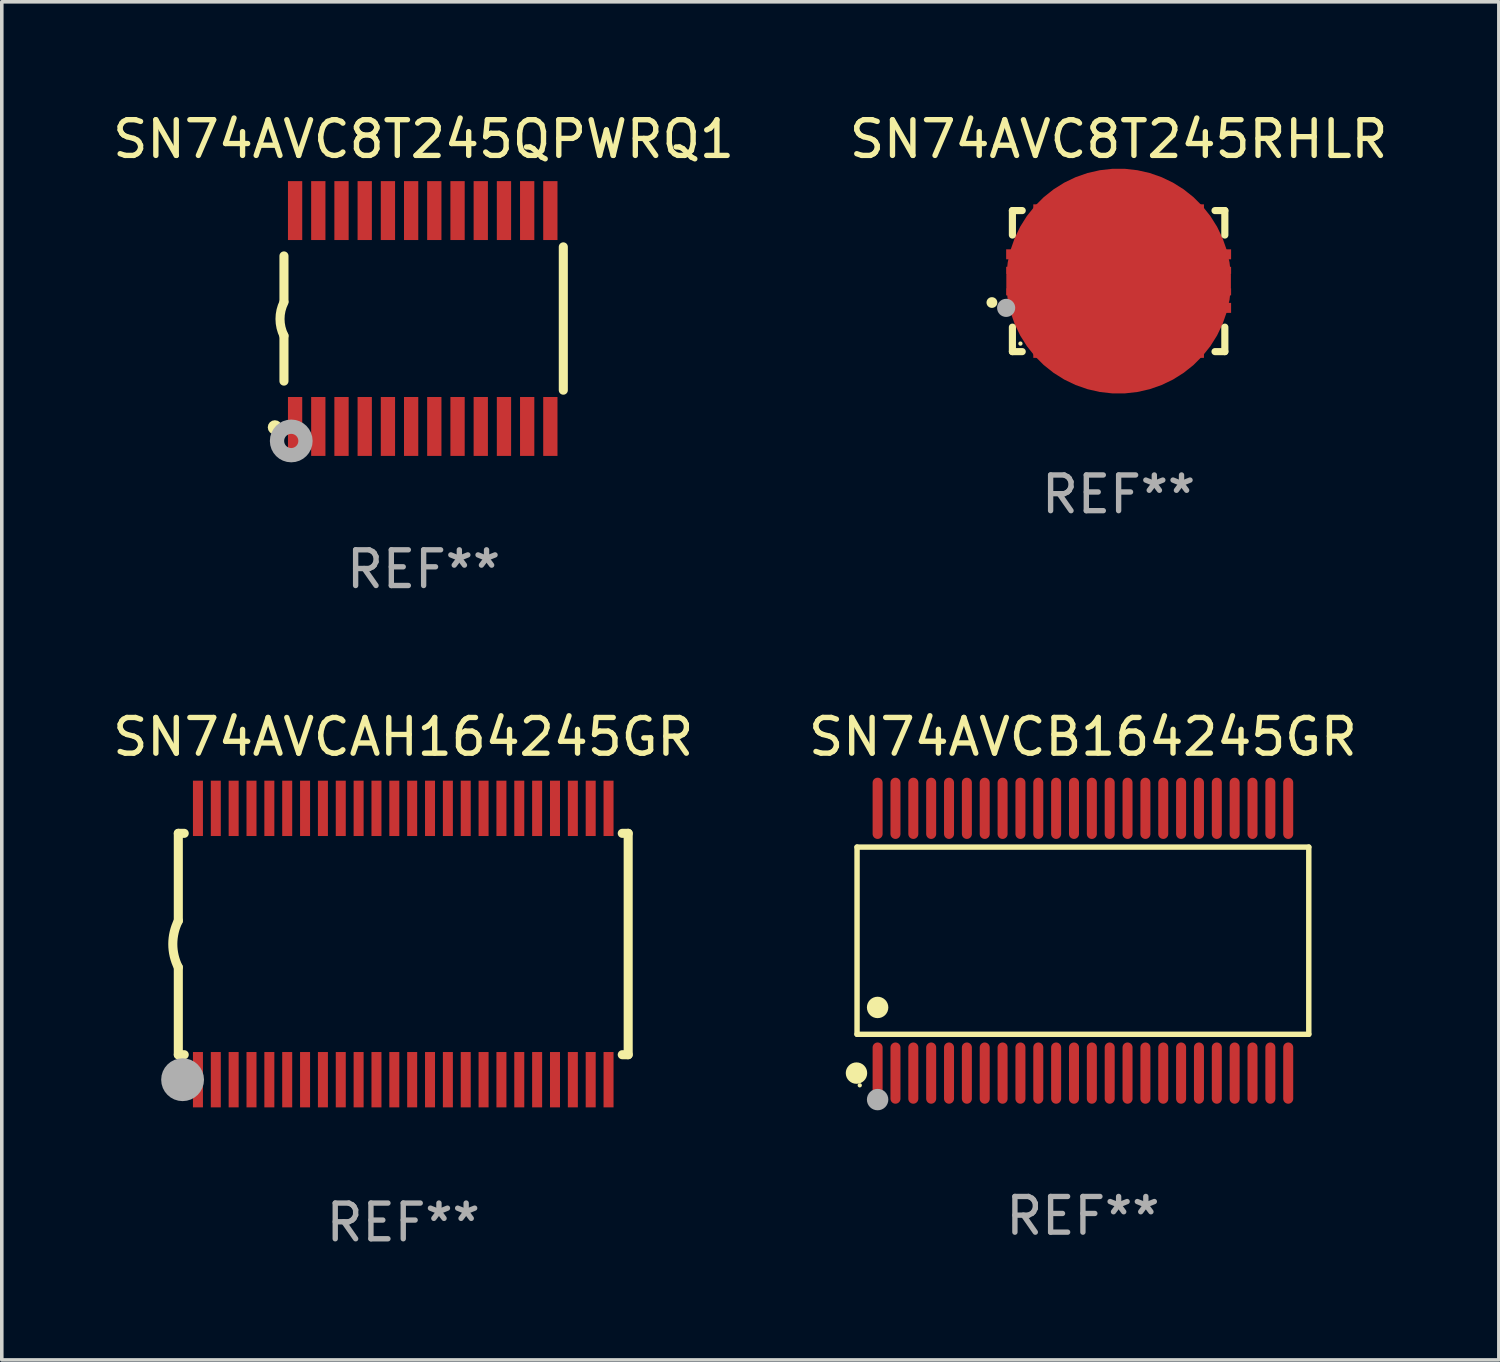
<source format=kicad_pcb>
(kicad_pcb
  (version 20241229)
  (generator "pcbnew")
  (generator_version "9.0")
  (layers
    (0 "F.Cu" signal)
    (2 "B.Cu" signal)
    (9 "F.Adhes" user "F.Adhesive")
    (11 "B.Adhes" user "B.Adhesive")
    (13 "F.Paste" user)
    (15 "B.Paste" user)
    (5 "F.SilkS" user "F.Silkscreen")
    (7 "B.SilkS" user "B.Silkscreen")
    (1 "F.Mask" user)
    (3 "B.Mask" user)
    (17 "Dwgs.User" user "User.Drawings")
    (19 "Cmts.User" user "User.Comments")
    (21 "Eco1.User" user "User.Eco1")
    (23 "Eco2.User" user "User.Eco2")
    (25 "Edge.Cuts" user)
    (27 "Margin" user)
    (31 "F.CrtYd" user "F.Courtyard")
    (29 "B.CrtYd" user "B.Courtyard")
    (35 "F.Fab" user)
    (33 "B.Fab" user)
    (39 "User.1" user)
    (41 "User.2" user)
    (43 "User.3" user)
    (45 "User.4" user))
  (footprint "SN74AVC8T245RHLR"
    (layer "F.Cu")
    (at 28.28 4.823)
    (property "Reference" "SN74AVC8T245RHLR" (at 0 -3.975 0) (layer "F.SilkS") (effects (font (size 1 1) (thickness 0.15))))
    (attr through_hole)
    (fp_line (start -2.975 -1.975) (end -2.975 -1.29) (stroke (width 0.2) (type solid)) (layer "F.SilkS"))
    (fp_line (start -2.975 1.975) (end -2.975 1.29) (stroke (width 0.2) (type solid)) (layer "F.SilkS"))
    (fp_line (start -2.7 -1.975) (end -2.975 -1.975) (stroke (width 0.2) (type solid)) (layer "F.SilkS"))
    (fp_line (start -2.7 1.975) (end -2.975 1.975) (stroke (width 0.2) (type solid)) (layer "F.SilkS"))
    (fp_line (start 2.975 -1.975) (end 2.7 -1.975) (stroke (width 0.2) (type solid)) (layer "F.SilkS"))
    (fp_line (start 2.975 -1.29) (end 2.975 -1.975) (stroke (width 0.2) (type solid)) (layer "F.SilkS"))
    (fp_line (start 2.975 1.29) (end 2.975 1.975) (stroke (width 0.2) (type solid)) (layer "F.SilkS"))
    (fp_line (start 2.975 1.975) (end 2.7 1.975) (stroke (width 0.2) (type solid)) (layer "F.SilkS"))
    (fp_arc (start -3.549987 0.6) (mid -3.548717 0.599995) (end -3.547447 0.6) (stroke (width 0.3) (type solid)) (layer "F.SilkS"))
    (fp_circle (center -2.75 1.75) (end -2.72 1.75) (stroke (width 0.06) (type solid)) (fill no) (layer "F.SilkS"))
    (fp_circle (center -3.15 0.75) (end -3.023 0.75) (stroke (width 0.254) (type solid)) (fill no) (layer "F.Fab"))
    (fp_text user "REF**" (at 0 5.975 0) (layer "F.Fab") (effects (font (size 1 1) (thickness 0.15))))
    (pad "1" smd rect (at -2.725 0.75 90) (size 0.28 0.85) (layers "F.Cu" "F.Mask" "F.Paste"))
    (pad "2" smd rect (at -2.25 1.725) (size 0.28 0.85) (layers "F.Cu" "F.Mask" "F.Paste"))
    (pad "3" smd rect (at -1.75 1.725) (size 0.28 0.85) (layers "F.Cu" "F.Mask" "F.Paste"))
    (pad "4" smd rect (at -1.25 1.725) (size 0.28 0.85) (layers "F.Cu" "F.Mask" "F.Paste"))
    (pad "5" smd rect (at -0.75 1.725) (size 0.28 0.85) (layers "F.Cu" "F.Mask" "F.Paste"))
    (pad "6" smd rect (at -0.25 1.725) (size 0.28 0.85) (layers "F.Cu" "F.Mask" "F.Paste"))
    (pad "7" smd rect (at 0.25 1.725) (size 0.28 0.85) (layers "F.Cu" "F.Mask" "F.Paste"))
    (pad "8" smd rect (at 0.75 1.725) (size 0.28 0.85) (layers "F.Cu" "F.Mask" "F.Paste"))
    (pad "9" smd rect (at 1.25 1.725) (size 0.28 0.85) (layers "F.Cu" "F.Mask" "F.Paste"))
    (pad "10" smd rect (at 1.75 1.725) (size 0.28 0.85) (layers "F.Cu" "F.Mask" "F.Paste"))
    (pad "11" smd rect (at 2.25 1.725) (size 0.28 0.85) (layers "F.Cu" "F.Mask" "F.Paste"))
    (pad "12" smd rect (at 2.725 0.75 90) (size 0.28 0.85) (layers "F.Cu" "F.Mask" "F.Paste"))
    (pad "13" smd rect (at 2.725 -0.75 90) (size 0.28 0.85) (layers "F.Cu" "F.Mask" "F.Paste"))
    (pad "14" smd rect (at 2.25 -1.725) (size 0.28 0.85) (layers "F.Cu" "F.Mask" "F.Paste"))
    (pad "15" smd rect (at 1.75 -1.725) (size 0.28 0.85) (layers "F.Cu" "F.Mask" "F.Paste"))
    (pad "16" smd rect (at 1.25 -1.725) (size 0.28 0.85) (layers "F.Cu" "F.Mask" "F.Paste"))
    (pad "17" smd rect (at 0.75 -1.725) (size 0.28 0.85) (layers "F.Cu" "F.Mask" "F.Paste"))
    (pad "18" smd rect (at 0.25 -1.725) (size 0.28 0.85) (layers "F.Cu" "F.Mask" "F.Paste"))
    (pad "19" smd rect (at -0.25 -1.725) (size 0.28 0.85) (layers "F.Cu" "F.Mask" "F.Paste"))
    (pad "20" smd rect (at -0.75 -1.725) (size 0.28 0.85) (layers "F.Cu" "F.Mask" "F.Paste"))
    (pad "21" smd rect (at -1.25 -1.725) (size 0.28 0.85) (layers "F.Cu" "F.Mask" "F.Paste"))
    (pad "22" smd rect (at -1.75 -1.725) (size 0.28 0.85) (layers "F.Cu" "F.Mask" "F.Paste"))
    (pad "23" smd rect (at -2.25 -1.725) (size 0.28 0.85) (layers "F.Cu" "F.Mask" "F.Paste"))
    (pad "24" smd rect (at -2.725 -0.75 90) (size 0.28 0.85) (layers "F.Cu" "F.Mask" "F.Paste"))
    (pad "25" smd custom (at 0 0) (size 6.3 2) (layers "F.Cu" "F.Mask" "F.Paste") (options (anchor circle)) (primitives (gr_poly (pts (xy -3.15 -0.4) (xy -3.15 -0.2) (xy -2.4 -0.2) (xy -2.4 0.2) (xy -3.15 0.2) (xy -3.15 0.4) (xy -2 0.4) (xy -2 1) (xy 2 1) (xy 2 0.4) (xy 3.15 0.4) (xy 3.15 0.2) (xy 2.4 0.2) (xy 2.4 -0.2) (xy 3.15 -0.2) (xy 3.15 -0.4) (xy 2 -0.4) (xy 2 -1) (xy -2 -1) (xy -2 -0.4)) (width 0) (fill yes)))))
  (footprint "SN74AVCAH164245GR"
    (layer "F.Cu")
    (at 8.244 23.39)
    (property "Reference" "SN74AVCAH164245GR" (at 0 -5.8 0) (layer "F.SilkS") (effects (font (size 1 1) (thickness 0.15))))
    (attr through_hole)
    (fp_line (start -6.3 -3.1) (end -6.3 -0.65) (stroke (width 0.254) (type solid)) (layer "F.SilkS"))
    (fp_line (start -6.3 -3.1) (end -6.134 -3.1) (stroke (width 0.254) (type solid)) (layer "F.SilkS"))
    (fp_line (start -6.3 3.1) (end -6.3 0.65) (stroke (width 0.254) (type solid)) (layer "F.SilkS"))
    (fp_line (start -6.3 3.1) (end -6.134 3.1) (stroke (width 0.254) (type solid)) (layer "F.SilkS"))
    (fp_line (start 6.134 -3.1) (end 6.3 -3.1) (stroke (width 0.254) (type solid)) (layer "F.SilkS"))
    (fp_line (start 6.134 3.1) (end 6.3 3.1) (stroke (width 0.254) (type solid)) (layer "F.SilkS"))
    (fp_line (start 6.3 -3.1) (end 6.3 3.1) (stroke (width 0.254) (type solid)) (layer "F.SilkS"))
    (fp_arc (start -6.301016 0.650114) (mid -6.45413 -0.000082) (end -6.3 -0.650038) (stroke (width 0.254001) (type solid)) (layer "F.SilkS"))
    (fp_circle (center -6.35 3.81) (end -6.223 3.81) (stroke (width 0.254) (type solid)) (fill no) (layer "F.SilkS"))
    (fp_circle (center -6.25 4.05) (end -6.22 4.05) (stroke (width 0.06) (type solid)) (fill no) (layer "F.SilkS"))
    (fp_circle (center -6.18 3.8) (end -5.88 3.8) (stroke (width 0.6) (type solid)) (fill no) (layer "F.Fab"))
    (fp_text user "REF**" (at 0 7.8 0) (layer "F.Fab") (effects (font (size 1 1) (thickness 0.15))))
    (pad "1" smd rect (at -5.75 3.8) (size 0.28 1.55) (layers "F.Cu" "F.Mask" "F.Paste"))
    (pad "2" smd rect (at -5.25 3.8) (size 0.28 1.55) (layers "F.Cu" "F.Mask" "F.Paste"))
    (pad "3" smd rect (at -4.75 3.8) (size 0.28 1.55) (layers "F.Cu" "F.Mask" "F.Paste"))
    (pad "4" smd rect (at -4.25 3.8) (size 0.28 1.55) (layers "F.Cu" "F.Mask" "F.Paste"))
    (pad "5" smd rect (at -3.75 3.8) (size 0.28 1.55) (layers "F.Cu" "F.Mask" "F.Paste"))
    (pad "6" smd rect (at -3.25 3.8) (size 0.28 1.55) (layers "F.Cu" "F.Mask" "F.Paste"))
    (pad "7" smd rect (at -2.75 3.8) (size 0.28 1.55) (layers "F.Cu" "F.Mask" "F.Paste"))
    (pad "8" smd rect (at -2.25 3.8) (size 0.28 1.55) (layers "F.Cu" "F.Mask" "F.Paste"))
    (pad "9" smd rect (at -1.75 3.8) (size 0.28 1.55) (layers "F.Cu" "F.Mask" "F.Paste"))
    (pad "10" smd rect (at -1.25 3.8) (size 0.28 1.55) (layers "F.Cu" "F.Mask" "F.Paste"))
    (pad "11" smd rect (at -0.75 3.8) (size 0.28 1.55) (layers "F.Cu" "F.Mask" "F.Paste"))
    (pad "12" smd rect (at -0.25 3.8) (size 0.28 1.55) (layers "F.Cu" "F.Mask" "F.Paste"))
    (pad "13" smd rect (at 0.25 3.8) (size 0.28 1.55) (layers "F.Cu" "F.Mask" "F.Paste"))
    (pad "14" smd rect (at 0.75 3.8) (size 0.28 1.55) (layers "F.Cu" "F.Mask" "F.Paste"))
    (pad "15" smd rect (at 1.25 3.8) (size 0.28 1.55) (layers "F.Cu" "F.Mask" "F.Paste"))
    (pad "16" smd rect (at 1.75 3.8) (size 0.28 1.55) (layers "F.Cu" "F.Mask" "F.Paste"))
    (pad "17" smd rect (at 2.25 3.8) (size 0.28 1.55) (layers "F.Cu" "F.Mask" "F.Paste"))
    (pad "18" smd rect (at 2.75 3.8) (size 0.28 1.55) (layers "F.Cu" "F.Mask" "F.Paste"))
    (pad "19" smd rect (at 3.25 3.8) (size 0.28 1.55) (layers "F.Cu" "F.Mask" "F.Paste"))
    (pad "20" smd rect (at 3.75 3.8) (size 0.28 1.55) (layers "F.Cu" "F.Mask" "F.Paste"))
    (pad "21" smd rect (at 4.25 3.8) (size 0.28 1.55) (layers "F.Cu" "F.Mask" "F.Paste"))
    (pad "22" smd rect (at 4.75 3.8) (size 0.28 1.55) (layers "F.Cu" "F.Mask" "F.Paste"))
    (pad "23" smd rect (at 5.25 3.8) (size 0.28 1.55) (layers "F.Cu" "F.Mask" "F.Paste"))
    (pad "24" smd rect (at 5.75 3.8) (size 0.28 1.55) (layers "F.Cu" "F.Mask" "F.Paste"))
    (pad "25" smd rect (at 5.75 -3.8) (size 0.28 1.55) (layers "F.Cu" "F.Mask" "F.Paste"))
    (pad "26" smd rect (at 5.25 -3.8) (size 0.28 1.55) (layers "F.Cu" "F.Mask" "F.Paste"))
    (pad "27" smd rect (at 4.75 -3.8) (size 0.28 1.55) (layers "F.Cu" "F.Mask" "F.Paste"))
    (pad "28" smd rect (at 4.25 -3.8) (size 0.28 1.55) (layers "F.Cu" "F.Mask" "F.Paste"))
    (pad "29" smd rect (at 3.75 -3.8) (size 0.28 1.55) (layers "F.Cu" "F.Mask" "F.Paste"))
    (pad "30" smd rect (at 3.25 -3.8) (size 0.28 1.55) (layers "F.Cu" "F.Mask" "F.Paste"))
    (pad "31" smd rect (at 2.75 -3.8) (size 0.28 1.55) (layers "F.Cu" "F.Mask" "F.Paste"))
    (pad "32" smd rect (at 2.25 -3.8) (size 0.28 1.55) (layers "F.Cu" "F.Mask" "F.Paste"))
    (pad "33" smd rect (at 1.75 -3.8) (size 0.28 1.55) (layers "F.Cu" "F.Mask" "F.Paste"))
    (pad "34" smd rect (at 1.25 -3.8) (size 0.28 1.55) (layers "F.Cu" "F.Mask" "F.Paste"))
    (pad "35" smd rect (at 0.75 -3.8) (size 0.28 1.55) (layers "F.Cu" "F.Mask" "F.Paste"))
    (pad "36" smd rect (at 0.25 -3.8) (size 0.28 1.55) (layers "F.Cu" "F.Mask" "F.Paste"))
    (pad "37" smd rect (at -0.25 -3.8) (size 0.28 1.55) (layers "F.Cu" "F.Mask" "F.Paste"))
    (pad "38" smd rect (at -0.75 -3.8) (size 0.28 1.55) (layers "F.Cu" "F.Mask" "F.Paste"))
    (pad "39" smd rect (at -1.25 -3.8) (size 0.28 1.55) (layers "F.Cu" "F.Mask" "F.Paste"))
    (pad "40" smd rect (at -1.75 -3.8) (size 0.28 1.55) (layers "F.Cu" "F.Mask" "F.Paste"))
    (pad "41" smd rect (at -2.25 -3.8) (size 0.28 1.55) (layers "F.Cu" "F.Mask" "F.Paste"))
    (pad "42" smd rect (at -2.75 -3.8) (size 0.28 1.55) (layers "F.Cu" "F.Mask" "F.Paste"))
    (pad "43" smd rect (at -3.25 -3.8) (size 0.28 1.55) (layers "F.Cu" "F.Mask" "F.Paste"))
    (pad "44" smd rect (at -3.75 -3.8) (size 0.28 1.55) (layers "F.Cu" "F.Mask" "F.Paste"))
    (pad "45" smd rect (at -4.25 -3.8) (size 0.28 1.55) (layers "F.Cu" "F.Mask" "F.Paste"))
    (pad "46" smd rect (at -4.75 -3.8) (size 0.28 1.55) (layers "F.Cu" "F.Mask" "F.Paste"))
    (pad "47" smd rect (at -5.25 -3.8) (size 0.28 1.55) (layers "F.Cu" "F.Mask" "F.Paste"))
    (pad "48" smd rect (at -5.75 -3.8) (size 0.28 1.55) (layers "F.Cu" "F.Mask" "F.Paste")))
  (footprint "SN74AVCB164245GR"
    (layer "F.Cu")
    (at 27.28 23.297)
    (property "Reference" "SN74AVCB164245GR" (at 0 -5.708 0) (layer "F.SilkS") (effects (font (size 1 1) (thickness 0.15))))
    (attr through_hole)
    (fp_line (start -6.326 -2.622) (end 6.326 -2.622) (stroke (width 0.152) (type solid)) (layer "F.SilkS"))
    (fp_line (start -6.326 2.621) (end -6.326 -2.622) (stroke (width 0.152) (type solid)) (layer "F.SilkS"))
    (fp_line (start 6.326 -2.622) (end 6.326 2.621) (stroke (width 0.152) (type solid)) (layer "F.SilkS"))
    (fp_line (start 6.326 2.621) (end -6.326 2.621) (stroke (width 0.152) (type solid)) (layer "F.SilkS"))
    (fp_circle (center -6.342 3.708) (end -6.192 3.708) (stroke (width 0.3) (type solid)) (fill no) (layer "F.SilkS"))
    (fp_circle (center -6.25 4.05) (end -6.22 4.05) (stroke (width 0.06) (type solid)) (fill no) (layer "F.SilkS"))
    (fp_circle (center -5.75 1.869) (end -5.6 1.869) (stroke (width 0.3) (type solid)) (fill no) (layer "F.SilkS"))
    (fp_circle (center -5.75 4.45) (end -5.6 4.45) (stroke (width 0.3) (type solid)) (fill no) (layer "F.Fab"))
    (fp_text user "REF**" (at 0 7.708 0) (layer "F.Fab") (effects (font (size 1 1) (thickness 0.15))))
    (pad "1" smd oval (at -5.75 3.708) (size 0.28 1.715) (layers "F.Cu" "F.Mask" "F.Paste"))
    (pad "2" smd oval (at -5.25 3.708) (size 0.28 1.715) (layers "F.Cu" "F.Mask" "F.Paste"))
    (pad "3" smd oval (at -4.75 3.708) (size 0.28 1.715) (layers "F.Cu" "F.Mask" "F.Paste"))
    (pad "4" smd oval (at -4.25 3.708) (size 0.28 1.715) (layers "F.Cu" "F.Mask" "F.Paste"))
    (pad "5" smd oval (at -3.75 3.708) (size 0.28 1.715) (layers "F.Cu" "F.Mask" "F.Paste"))
    (pad "6" smd oval (at -3.25 3.708) (size 0.28 1.715) (layers "F.Cu" "F.Mask" "F.Paste"))
    (pad "7" smd oval (at -2.75 3.708) (size 0.28 1.715) (layers "F.Cu" "F.Mask" "F.Paste"))
    (pad "8" smd oval (at -2.25 3.708) (size 0.28 1.715) (layers "F.Cu" "F.Mask" "F.Paste"))
    (pad "9" smd oval (at -1.75 3.708) (size 0.28 1.715) (layers "F.Cu" "F.Mask" "F.Paste"))
    (pad "10" smd oval (at -1.25 3.708) (size 0.28 1.715) (layers "F.Cu" "F.Mask" "F.Paste"))
    (pad "11" smd oval (at -0.75 3.708) (size 0.28 1.715) (layers "F.Cu" "F.Mask" "F.Paste"))
    (pad "12" smd oval (at -0.25 3.708) (size 0.28 1.715) (layers "F.Cu" "F.Mask" "F.Paste"))
    (pad "13" smd oval (at 0.25 3.708) (size 0.28 1.715) (layers "F.Cu" "F.Mask" "F.Paste"))
    (pad "14" smd oval (at 0.75 3.708) (size 0.28 1.715) (layers "F.Cu" "F.Mask" "F.Paste"))
    (pad "15" smd oval (at 1.25 3.708) (size 0.28 1.715) (layers "F.Cu" "F.Mask" "F.Paste"))
    (pad "16" smd oval (at 1.75 3.708) (size 0.28 1.715) (layers "F.Cu" "F.Mask" "F.Paste"))
    (pad "17" smd oval (at 2.25 3.708) (size 0.28 1.715) (layers "F.Cu" "F.Mask" "F.Paste"))
    (pad "18" smd oval (at 2.75 3.708) (size 0.28 1.715) (layers "F.Cu" "F.Mask" "F.Paste"))
    (pad "19" smd oval (at 3.25 3.708) (size 0.28 1.715) (layers "F.Cu" "F.Mask" "F.Paste"))
    (pad "20" smd oval (at 3.75 3.708) (size 0.28 1.715) (layers "F.Cu" "F.Mask" "F.Paste"))
    (pad "21" smd oval (at 4.25 3.708) (size 0.28 1.715) (layers "F.Cu" "F.Mask" "F.Paste"))
    (pad "22" smd oval (at 4.75 3.708) (size 0.28 1.715) (layers "F.Cu" "F.Mask" "F.Paste"))
    (pad "23" smd oval (at 5.25 3.708) (size 0.28 1.715) (layers "F.Cu" "F.Mask" "F.Paste"))
    (pad "24" smd oval (at 5.75 3.708) (size 0.28 1.715) (layers "F.Cu" "F.Mask" "F.Paste"))
    (pad "25" smd oval (at 5.75 -3.708) (size 0.28 1.715) (layers "F.Cu" "F.Mask" "F.Paste"))
    (pad "26" smd oval (at 5.25 -3.708) (size 0.28 1.715) (layers "F.Cu" "F.Mask" "F.Paste"))
    (pad "27" smd oval (at 4.75 -3.708) (size 0.28 1.715) (layers "F.Cu" "F.Mask" "F.Paste"))
    (pad "28" smd oval (at 4.25 -3.708) (size 0.28 1.715) (layers "F.Cu" "F.Mask" "F.Paste"))
    (pad "29" smd oval (at 3.75 -3.708) (size 0.28 1.715) (layers "F.Cu" "F.Mask" "F.Paste"))
    (pad "30" smd oval (at 3.25 -3.708) (size 0.28 1.715) (layers "F.Cu" "F.Mask" "F.Paste"))
    (pad "31" smd oval (at 2.75 -3.708) (size 0.28 1.715) (layers "F.Cu" "F.Mask" "F.Paste"))
    (pad "32" smd oval (at 2.25 -3.708) (size 0.28 1.715) (layers "F.Cu" "F.Mask" "F.Paste"))
    (pad "33" smd oval (at 1.75 -3.708) (size 0.28 1.715) (layers "F.Cu" "F.Mask" "F.Paste"))
    (pad "34" smd oval (at 1.25 -3.708) (size 0.28 1.715) (layers "F.Cu" "F.Mask" "F.Paste"))
    (pad "35" smd oval (at 0.75 -3.708) (size 0.28 1.715) (layers "F.Cu" "F.Mask" "F.Paste"))
    (pad "36" smd oval (at 0.25 -3.708) (size 0.28 1.715) (layers "F.Cu" "F.Mask" "F.Paste"))
    (pad "37" smd oval (at -0.25 -3.708) (size 0.28 1.715) (layers "F.Cu" "F.Mask" "F.Paste"))
    (pad "38" smd oval (at -0.75 -3.708) (size 0.28 1.715) (layers "F.Cu" "F.Mask" "F.Paste"))
    (pad "39" smd oval (at -1.25 -3.708) (size 0.28 1.715) (layers "F.Cu" "F.Mask" "F.Paste"))
    (pad "40" smd oval (at -1.75 -3.708) (size 0.28 1.715) (layers "F.Cu" "F.Mask" "F.Paste"))
    (pad "41" smd oval (at -2.25 -3.708) (size 0.28 1.715) (layers "F.Cu" "F.Mask" "F.Paste"))
    (pad "42" smd oval (at -2.75 -3.708) (size 0.28 1.715) (layers "F.Cu" "F.Mask" "F.Paste"))
    (pad "43" smd oval (at -3.25 -3.708) (size 0.28 1.715) (layers "F.Cu" "F.Mask" "F.Paste"))
    (pad "44" smd oval (at -3.75 -3.708) (size 0.28 1.715) (layers "F.Cu" "F.Mask" "F.Paste"))
    (pad "45" smd oval (at -4.25 -3.708) (size 0.28 1.715) (layers "F.Cu" "F.Mask" "F.Paste"))
    (pad "46" smd oval (at -4.75 -3.708) (size 0.28 1.715) (layers "F.Cu" "F.Mask" "F.Paste"))
    (pad "47" smd oval (at -5.25 -3.708) (size 0.28 1.715) (layers "F.Cu" "F.Mask" "F.Paste"))
    (pad "48" smd oval (at -5.75 -3.708) (size 0.28 1.715) (layers "F.Cu" "F.Mask" "F.Paste")))
  (footprint "SN74AVC8T245QPWRQ1"
    (layer "F.Cu")
    (at 8.815 5.871)
    (property "Reference" "SN74AVC8T245QPWRQ1" (at 0 -5.023 0) (layer "F.SilkS") (effects (font (size 1 1) (thickness 0.15))))
    (attr through_hole)
    (fp_line (start -3.912 -0.483) (end -3.912 -1.753) (stroke (width 0.254) (type solid)) (layer "F.SilkS"))
    (fp_line (start -3.912 1.753) (end -3.912 0.483) (stroke (width 0.254) (type solid)) (layer "F.SilkS"))
    (fp_line (start 3.912 -2.007) (end 3.912 2.007) (stroke (width 0.254) (type solid)) (layer "F.SilkS"))
    (fp_arc (start -3.911608 0.482601) (mid -4.022537 0.0127) (end -3.911608 -0.457201) (stroke (width 0.254001) (type solid)) (layer "F.SilkS"))
    (fp_circle (center -4.166 3.048) (end -4.066 3.048) (stroke (width 0.2) (type solid)) (fill no) (layer "F.SilkS"))
    (fp_circle (center -3.925 3.186) (end -3.895 3.186) (stroke (width 0.06) (type solid)) (fill no) (layer "F.SilkS"))
    (fp_circle (center -3.708 3.429) (end -3.509 3.429) (stroke (width 0.4) (type solid)) (fill no) (layer "F.Fab"))
    (fp_text user "REF**" (at 0 7.023 0) (layer "F.Fab") (effects (font (size 1 1) (thickness 0.15))))
    (pad "1" smd rect (at -3.6 3.023) (size 0.4 1.65) (layers "F.Cu" "F.Mask" "F.Paste"))
    (pad "2" smd rect (at -2.95 3.023) (size 0.4 1.65) (layers "F.Cu" "F.Mask" "F.Paste"))
    (pad "3" smd rect (at -2.3 3.023) (size 0.4 1.65) (layers "F.Cu" "F.Mask" "F.Paste"))
    (pad "4" smd rect (at -1.65 3.023) (size 0.4 1.65) (layers "F.Cu" "F.Mask" "F.Paste"))
    (pad "5" smd rect (at -1 3.023) (size 0.4 1.65) (layers "F.Cu" "F.Mask" "F.Paste"))
    (pad "6" smd rect (at -0.35 3.023) (size 0.4 1.65) (layers "F.Cu" "F.Mask" "F.Paste"))
    (pad "7" smd rect (at 0.299 3.023) (size 0.4 1.65) (layers "F.Cu" "F.Mask" "F.Paste"))
    (pad "8" smd rect (at 0.95 3.023) (size 0.4 1.65) (layers "F.Cu" "F.Mask" "F.Paste"))
    (pad "9" smd rect (at 1.6 3.023) (size 0.4 1.65) (layers "F.Cu" "F.Mask" "F.Paste"))
    (pad "10" smd rect (at 2.25 3.023) (size 0.4 1.65) (layers "F.Cu" "F.Mask" "F.Paste"))
    (pad "11" smd rect (at 2.9 3.023) (size 0.4 1.65) (layers "F.Cu" "F.Mask" "F.Paste"))
    (pad "12" smd rect (at 3.549 3.023) (size 0.4 1.65) (layers "F.Cu" "F.Mask" "F.Paste"))
    (pad "13" smd rect (at 3.549 -3.023) (size 0.4 1.65) (layers "F.Cu" "F.Mask" "F.Paste"))
    (pad "14" smd rect (at 2.9 -3.023) (size 0.4 1.65) (layers "F.Cu" "F.Mask" "F.Paste"))
    (pad "15" smd rect (at 2.25 -3.023) (size 0.4 1.65) (layers "F.Cu" "F.Mask" "F.Paste"))
    (pad "16" smd rect (at 1.6 -3.023) (size 0.4 1.65) (layers "F.Cu" "F.Mask" "F.Paste"))
    (pad "17" smd rect (at 0.95 -3.023) (size 0.4 1.65) (layers "F.Cu" "F.Mask" "F.Paste"))
    (pad "18" smd rect (at 0.299 -3.023) (size 0.4 1.65) (layers "F.Cu" "F.Mask" "F.Paste"))
    (pad "19" smd rect (at -0.35 -3.023) (size 0.4 1.65) (layers "F.Cu" "F.Mask" "F.Paste"))
    (pad "20" smd rect (at -1 -3.023) (size 0.4 1.65) (layers "F.Cu" "F.Mask" "F.Paste"))
    (pad "21" smd rect (at -1.65 -3.023) (size 0.4 1.65) (layers "F.Cu" "F.Mask" "F.Paste"))
    (pad "22" smd rect (at -2.3 -3.023) (size 0.4 1.65) (layers "F.Cu" "F.Mask" "F.Paste"))
    (pad "23" smd rect (at -2.95 -3.023) (size 0.4 1.65) (layers "F.Cu" "F.Mask" "F.Paste"))
    (pad "24" smd rect (at -3.6 -3.023) (size 0.4 1.65) (layers "F.Cu" "F.Mask" "F.Paste")))
  (gr_rect
    (start -3 -3)
    (end 38.929 35.038)
    (stroke (width 0.1) (type default))
    (fill no)
    (layer "Edge.Cuts")))
</source>
